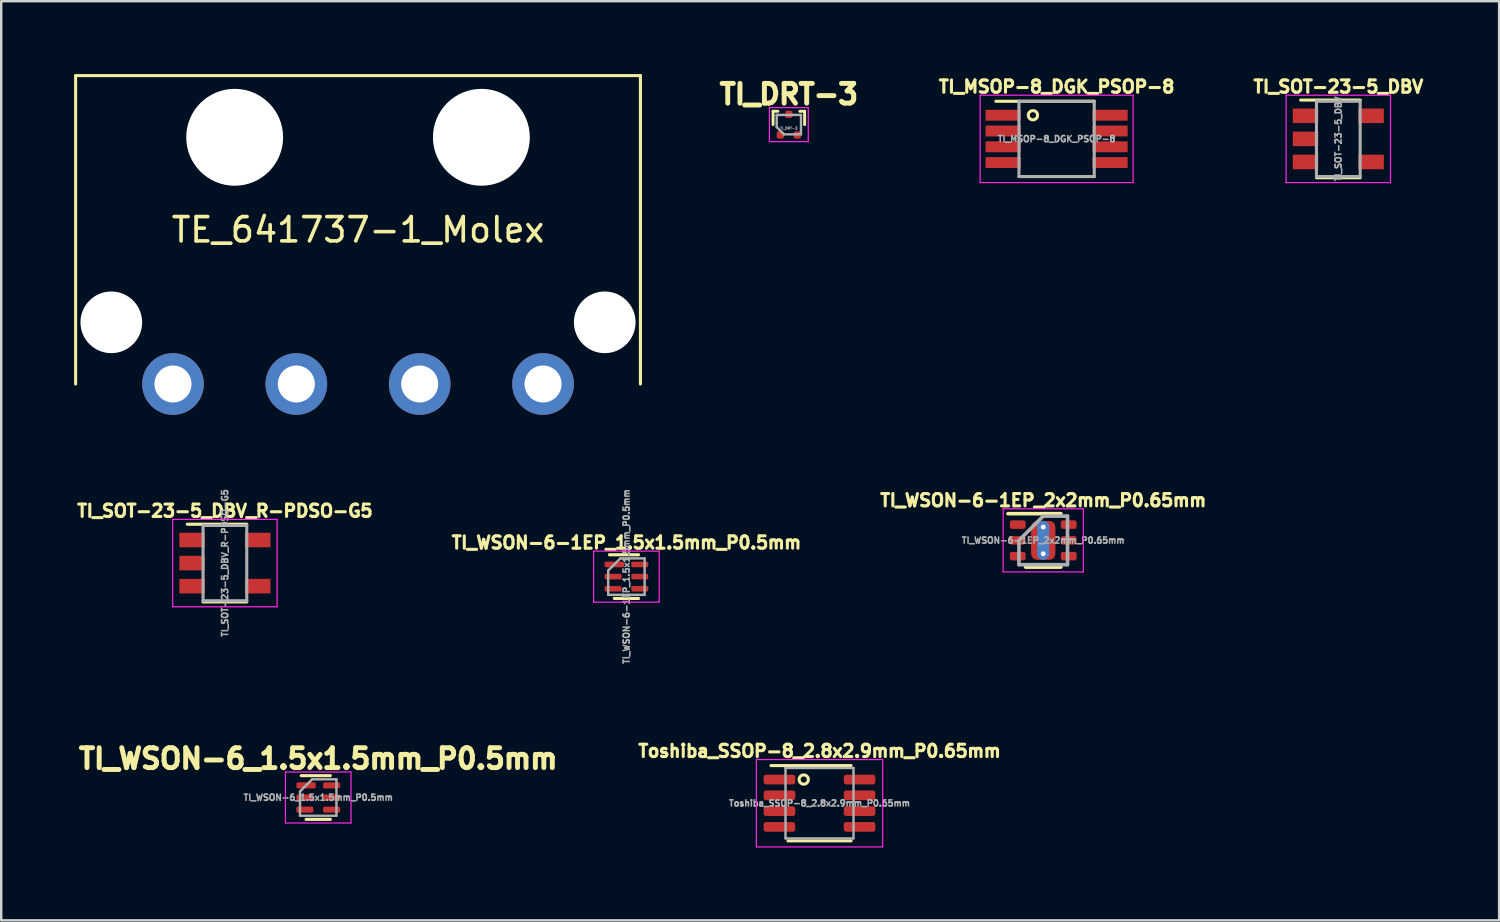
<source format=kicad_pcb>
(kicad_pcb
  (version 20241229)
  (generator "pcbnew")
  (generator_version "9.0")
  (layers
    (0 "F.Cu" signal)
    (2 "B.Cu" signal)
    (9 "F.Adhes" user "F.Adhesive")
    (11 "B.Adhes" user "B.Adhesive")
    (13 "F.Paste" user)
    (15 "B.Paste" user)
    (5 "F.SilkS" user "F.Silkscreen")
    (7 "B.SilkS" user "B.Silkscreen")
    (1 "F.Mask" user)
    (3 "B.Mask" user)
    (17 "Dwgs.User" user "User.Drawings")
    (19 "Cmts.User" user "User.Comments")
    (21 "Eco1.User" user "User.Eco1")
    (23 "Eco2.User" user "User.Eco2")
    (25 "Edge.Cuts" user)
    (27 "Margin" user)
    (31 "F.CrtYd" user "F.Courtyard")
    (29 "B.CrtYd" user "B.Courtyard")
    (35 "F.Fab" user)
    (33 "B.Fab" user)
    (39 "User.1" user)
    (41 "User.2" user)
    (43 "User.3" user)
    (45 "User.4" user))
  (footprint "TI_WSON-6_1.5x1.5mm_P0.5mm"
    (layer "F.Cu")
    (at 10.055 29.793)
    (property "Reference" "TI_WSON-6_1.5x1.5mm_P0.5mm" (at 0 0 180) (layer "F.Fab") (effects (font (size 0.254 0.254) (thickness 0.064))))
    (attr smd)
    (fp_line (start -0.7 -0.9) (end 0.5 -0.9) (stroke (width 0.127) (type solid)) (layer "F.SilkS"))
    (fp_line (start -0.5 0.9) (end 0.5 0.9) (stroke (width 0.127) (type solid)) (layer "F.SilkS"))
    (fp_line (start -1.35 -1.05) (end -1.35 1.05) (stroke (width 0.05) (type solid)) (layer "F.CrtYd"))
    (fp_line (start -1.35 -1.05) (end 1.35 -1.05) (stroke (width 0.05) (type solid)) (layer "F.CrtYd"))
    (fp_line (start -1.35 1.05) (end 1.35 1.05) (stroke (width 0.05) (type solid)) (layer "F.CrtYd"))
    (fp_line (start 1.35 -1.05) (end 1.35 1.05) (stroke (width 0.05) (type solid)) (layer "F.CrtYd"))
    (fp_line (start -0.75 -0.25) (end -0.25 -0.75) (stroke (width 0.1) (type solid)) (layer "F.Fab"))
    (fp_line (start -0.75 0.75) (end -0.75 -0.25) (stroke (width 0.1) (type solid)) (layer "F.Fab"))
    (fp_line (start -0.25 -0.75) (end 0.75 -0.75) (stroke (width 0.1) (type solid)) (layer "F.Fab"))
    (fp_line (start 0.75 -0.75) (end 0.75 0.75) (stroke (width 0.1) (type solid)) (layer "F.Fab"))
    (fp_line (start 0.75 0.75) (end -0.75 0.75) (stroke (width 0.1) (type solid)) (layer "F.Fab"))
    (fp_text user "${REFERENCE}" (at 0 -1.6 180) (layer "F.SilkS") (effects (font (size 0.818 0.813) (thickness 0.203))))
    (pad "1" smd roundrect (at -0.5 -0.5) (size 0.8 0.25) (layers "F.Cu" "F.Mask" "F.Paste") (roundrect_rratio 0.25))
    (pad "2" smd roundrect (at -0.55 0) (size 0.7 0.25) (layers "F.Cu" "F.Mask" "F.Paste") (roundrect_rratio 0.25))
    (pad "3" smd roundrect (at -0.55 0.5) (size 0.7 0.25) (layers "F.Cu" "F.Mask" "F.Paste") (roundrect_rratio 0.25))
    (pad "4" smd roundrect (at 0.55 0.5) (size 0.7 0.25) (layers "F.Cu" "F.Mask" "F.Paste") (roundrect_rratio 0.25))
    (pad "5" smd roundrect (at 0.55 0) (size 0.7 0.25) (layers "F.Cu" "F.Mask" "F.Paste") (roundrect_rratio 0.25))
    (pad "6" smd roundrect (at 0.55 -0.5) (size 0.7 0.25) (layers "F.Cu" "F.Mask" "F.Paste") (roundrect_rratio 0.25)))
  (footprint "TI_MSOP-8_DGK_PSOP-8"
    (layer "F.Cu")
    (at 40.463 2.67)
    (property "Reference" "TI_MSOP-8_DGK_PSOP-8" (at 0 -2.15 0) (layer "F.SilkS") (effects (font (size 0.508 0.508) (thickness 0.127))))
    (attr through_hole)
    (fp_line (start -2.5 -1.55) (end 1.55 -1.55) (stroke (width 0.127) (type solid)) (layer "F.SilkS"))
    (fp_line (start 1.55 1.55) (end -1.55 1.55) (stroke (width 0.127) (type solid)) (layer "F.SilkS"))
    (fp_circle (center -0.975 -0.975) (end -0.8 -0.9) (stroke (width 0.127) (type solid)) (fill no) (layer "F.SilkS"))
    (fp_line (start -3.15 -1.8) (end 3.15 -1.8) (stroke (width 0.05) (type solid)) (layer "F.CrtYd"))
    (fp_line (start -3.15 1.8) (end -3.15 -1.8) (stroke (width 0.05) (type solid)) (layer "F.CrtYd"))
    (fp_line (start -3.15 1.8) (end 3.15 1.8) (stroke (width 0.05) (type solid)) (layer "F.CrtYd"))
    (fp_line (start 3.15 1.8) (end 3.15 -1.8) (stroke (width 0.05) (type solid)) (layer "F.CrtYd"))
    (fp_line (start -1.55 -1.55) (end 1.55 -1.55) (stroke (width 0.127) (type solid)) (layer "F.Fab"))
    (fp_line (start -1.55 1.55) (end -1.55 -1.55) (stroke (width 0.127) (type solid)) (layer "F.Fab"))
    (fp_line (start 1.55 -1.55) (end 1.55 1.55) (stroke (width 0.127) (type solid)) (layer "F.Fab"))
    (fp_line (start 1.55 1.55) (end -1.55 1.55) (stroke (width 0.127) (type solid)) (layer "F.Fab"))
    (fp_text user "${REFERENCE}" (at 0 0 0) (layer "F.Fab") (effects (font (size 0.254 0.254) (thickness 0.064))))
    (pad "1" smd rect (at -2.2 -0.975) (size 1.45 0.45) (layers "F.Cu" "F.Mask" "F.Paste"))
    (pad "2" smd rect (at -2.2 -0.325) (size 1.45 0.45) (layers "F.Cu" "F.Mask" "F.Paste"))
    (pad "3" smd rect (at -2.2 0.325) (size 1.45 0.45) (layers "F.Cu" "F.Mask" "F.Paste"))
    (pad "4" smd rect (at -2.2 0.975) (size 1.45 0.45) (layers "F.Cu" "F.Mask" "F.Paste"))
    (pad "5" smd rect (at 2.2 0.975) (size 1.45 0.45) (layers "F.Cu" "F.Mask" "F.Paste"))
    (pad "6" smd rect (at 2.2 0.325) (size 1.45 0.45) (layers "F.Cu" "F.Mask" "F.Paste"))
    (pad "7" smd rect (at 2.2 -0.325) (size 1.45 0.45) (layers "F.Cu" "F.Mask" "F.Paste"))
    (pad "8" smd rect (at 2.2 -0.975) (size 1.45 0.45) (layers "F.Cu" "F.Mask" "F.Paste")))
  (footprint "TE_641737-1_Molex"
    (layer "F.Cu")
    (at 11.694 12.764)
    (property "Reference" "TE_641737-1_Molex" (at 0 -6.35 0) (layer "F.SilkS") (effects (font (size 1 1) (thickness 0.15))))
    (attr through_hole)
    (fp_line (start -11.63 -12.7) (end 11.63 -12.7) (stroke (width 0.127) (type solid)) (layer "F.SilkS"))
    (fp_line (start -11.63 0) (end -11.63 -12.7) (stroke (width 0.127) (type solid)) (layer "F.SilkS"))
    (fp_line (start 11.63 0) (end 11.63 -12.7) (stroke (width 0.127) (type solid)) (layer "F.SilkS"))
    (pad "" np_thru_hole circle (at -10.16 -2.54) (size 2.54 2.54) (drill 2.54) (layers "*.Cu" "*.Mask"))
    (pad "" np_thru_hole circle (at -5.08 -10.16) (size 3.99 3.99) (drill 3.99) (layers "*.Cu" "*.Mask"))
    (pad "" np_thru_hole circle (at 5.08 -10.16) (size 3.99 3.99) (drill 3.99) (layers "*.Cu" "*.Mask"))
    (pad "" np_thru_hole circle (at 10.16 -2.54) (size 2.54 2.54) (drill 2.54) (layers "*.Cu" "*.Mask"))
    (pad "1" thru_hole circle (at -7.62 0) (size 2.54 2.54) (drill 1.524) (layers "*.Cu" "*.Mask"))
    (pad "2" thru_hole circle (at -2.54 0) (size 2.54 2.54) (drill 1.524) (layers "*.Cu" "*.Mask"))
    (pad "3" thru_hole circle (at 2.54 0) (size 2.54 2.54) (drill 1.524) (layers "*.Cu" "*.Mask"))
    (pad "4" thru_hole circle (at 7.62 0) (size 2.54 2.54) (drill 1.524) (layers "*.Cu" "*.Mask")))
  (footprint "Toshiba_SSOP-8_2.8x2.9mm_P0.65mm"
    (layer "F.Cu")
    (at 30.699 30.028)
    (property "Reference" "Toshiba_SSOP-8_2.8x2.9mm_P0.65mm" (at 0 -2.15 0) (layer "F.SilkS") (effects (font (size 0.508 0.508) (thickness 0.127))))
    (attr through_hole)
    (fp_line (start -2 -1.55) (end 1.3 -1.55) (stroke (width 0.127) (type solid)) (layer "F.SilkS"))
    (fp_line (start 1.3 1.55) (end -1.3 1.55) (stroke (width 0.127) (type solid)) (layer "F.SilkS"))
    (fp_circle (center -0.65 -0.975) (end -0.46 -0.975) (stroke (width 0.127) (type solid)) (fill no) (layer "F.SilkS"))
    (fp_line (start -2.6 -1.8) (end 2.6 -1.8) (stroke (width 0.05) (type solid)) (layer "F.CrtYd"))
    (fp_line (start -2.6 1.8) (end -2.6 -1.8) (stroke (width 0.05) (type solid)) (layer "F.CrtYd"))
    (fp_line (start -2.6 1.8) (end 2.6 1.8) (stroke (width 0.05) (type solid)) (layer "F.CrtYd"))
    (fp_line (start 2.6 1.8) (end 2.6 -1.8) (stroke (width 0.05) (type solid)) (layer "F.CrtYd"))
    (fp_line (start -1.4 -1.45) (end 1.4 -1.45) (stroke (width 0.1) (type solid)) (layer "F.Fab"))
    (fp_line (start -1.4 1.45) (end -1.4 -1.45) (stroke (width 0.1) (type solid)) (layer "F.Fab"))
    (fp_line (start 1.4 -1.45) (end 1.4 1.45) (stroke (width 0.1) (type solid)) (layer "F.Fab"))
    (fp_line (start 1.4 1.45) (end -1.4 1.45) (stroke (width 0.1) (type solid)) (layer "F.Fab"))
    (fp_text user "${REFERENCE}" (at 0 0 0) (layer "F.Fab") (effects (font (size 0.254 0.254) (thickness 0.064))))
    (pad "1" smd roundrect (at -1.65 -0.975) (size 1.3 0.4) (layers "F.Cu" "F.Mask" "F.Paste") (roundrect_rratio 0.25))
    (pad "2" smd roundrect (at -1.65 -0.325) (size 1.3 0.4) (layers "F.Cu" "F.Mask" "F.Paste") (roundrect_rratio 0.25))
    (pad "3" smd roundrect (at -1.65 0.325) (size 1.3 0.4) (layers "F.Cu" "F.Mask" "F.Paste") (roundrect_rratio 0.25))
    (pad "4" smd roundrect (at -1.65 0.975) (size 1.3 0.4) (layers "F.Cu" "F.Mask" "F.Paste") (roundrect_rratio 0.25))
    (pad "5" smd roundrect (at 1.65 0.975) (size 1.3 0.4) (layers "F.Cu" "F.Mask" "F.Paste") (roundrect_rratio 0.25))
    (pad "6" smd roundrect (at 1.65 0.325) (size 1.3 0.4) (layers "F.Cu" "F.Mask" "F.Paste") (roundrect_rratio 0.25))
    (pad "7" smd roundrect (at 1.65 -0.325) (size 1.3 0.4) (layers "F.Cu" "F.Mask" "F.Paste") (roundrect_rratio 0.25))
    (pad "8" smd roundrect (at 1.65 -0.975) (size 1.3 0.4) (layers "F.Cu" "F.Mask" "F.Paste") (roundrect_rratio 0.25)))
  (footprint "TI_SOT-23-5_DBV"
    (layer "F.Cu")
    (at 52.064 2.67)
    (property "Reference" "TI_SOT-23-5_DBV" (at 0 -2.15 0) (layer "F.SilkS") (effects (font (size 0.508 0.508) (thickness 0.127))))
    (attr smd)
    (fp_line (start -0.9 1.6) (end 0.9 1.6) (stroke (width 0.127) (type solid)) (layer "F.SilkS"))
    (fp_line (start 0.9 -1.6) (end -1.55 -1.6) (stroke (width 0.127) (type solid)) (layer "F.SilkS"))
    (fp_line (start -2.15 -1.8) (end 2.15 -1.8) (stroke (width 0.05) (type solid)) (layer "F.CrtYd"))
    (fp_line (start -2.15 1.8) (end -2.15 -1.8) (stroke (width 0.05) (type solid)) (layer "F.CrtYd"))
    (fp_line (start 2.15 -1.8) (end 2.15 1.8) (stroke (width 0.05) (type solid)) (layer "F.CrtYd"))
    (fp_line (start 2.15 1.8) (end -2.15 1.8) (stroke (width 0.05) (type solid)) (layer "F.CrtYd"))
    (fp_line (start -0.9 -1.55) (end -0.9 1.55) (stroke (width 0.127) (type solid)) (layer "F.Fab"))
    (fp_line (start 0.9 -1.55) (end -0.9 -1.55) (stroke (width 0.127) (type solid)) (layer "F.Fab"))
    (fp_line (start 0.9 -1.55) (end 0.9 1.55) (stroke (width 0.127) (type solid)) (layer "F.Fab"))
    (fp_line (start 0.9 1.55) (end -0.9 1.55) (stroke (width 0.127) (type solid)) (layer "F.Fab"))
    (fp_text user "${REFERENCE}" (at 0 0 90) (layer "F.Fab") (effects (font (size 0.254 0.254) (thickness 0.064))))
    (pad "1" smd rect (at -1.35 -0.95) (size 1.05 0.6) (layers "F.Cu" "F.Mask" "F.Paste"))
    (pad "2" smd rect (at -1.35 0) (size 1.05 0.6) (layers "F.Cu" "F.Mask" "F.Paste"))
    (pad "3" smd rect (at -1.35 0.95) (size 1.05 0.6) (layers "F.Cu" "F.Mask" "F.Paste"))
    (pad "4" smd rect (at 1.35 0.95) (size 1.05 0.6) (layers "F.Cu" "F.Mask" "F.Paste"))
    (pad "5" smd rect (at 1.35 -0.95) (size 1.05 0.6) (layers "F.Cu" "F.Mask" "F.Paste")))
  (footprint "TI_WSON-6-1EP_2x2mm_P0.65mm"
    (layer "F.Cu")
    (at 39.912 19.204)
    (property "Reference" "TI_WSON-6-1EP_2x2mm_P0.65mm" (at 0 -1.65 0) (layer "F.SilkS") (effects (font (size 0.508 0.508) (thickness 0.127))))
    (attr smd)
    (fp_line (start -1.45 -1.1) (end 0.725 -1.1) (stroke (width 0.15) (type solid)) (layer "F.SilkS"))
    (fp_line (start -0.725 1.1) (end 0.725 1.1) (stroke (width 0.15) (type solid)) (layer "F.SilkS"))
    (fp_poly (pts (xy -0.35 -0.45) (xy -0.275 -0.45) (xy -0.125 -0.3) (xy -0.125 0.3) (xy -0.275 0.45) (xy -0.35 0.45)) (stroke (width 0.1) (type solid)) (fill yes) (layer "F.Paste"))
    (fp_poly (pts (xy 0.35 0.45) (xy 0.275 0.45) (xy 0.125 0.3) (xy 0.125 -0.3) (xy 0.275 -0.45) (xy 0.35 -0.45)) (stroke (width 0.1) (type solid)) (fill yes) (layer "F.Paste"))
    (fp_line (start -1.65 -1.3) (end -1.65 1.3) (stroke (width 0.05) (type solid)) (layer "F.CrtYd"))
    (fp_line (start -1.65 -1.3) (end 1.65 -1.3) (stroke (width 0.05) (type solid)) (layer "F.CrtYd"))
    (fp_line (start -1.65 1.3) (end 1.65 1.3) (stroke (width 0.05) (type solid)) (layer "F.CrtYd"))
    (fp_line (start 1.65 -1.3) (end 1.65 1.3) (stroke (width 0.05) (type solid)) (layer "F.CrtYd"))
    (fp_line (start -1 0) (end 0 -1) (stroke (width 0.15) (type solid)) (layer "F.Fab"))
    (fp_line (start -1 1) (end -1 0) (stroke (width 0.15) (type solid)) (layer "F.Fab"))
    (fp_line (start 0 -1) (end 1 -1) (stroke (width 0.15) (type solid)) (layer "F.Fab"))
    (fp_line (start 1 -1) (end 1 1) (stroke (width 0.15) (type solid)) (layer "F.Fab"))
    (fp_line (start 1 1) (end -1 1) (stroke (width 0.15) (type solid)) (layer "F.Fab"))
    (fp_text user "${REFERENCE}" (at 0 0 0) (layer "F.Fab") (effects (font (size 0.254 0.254) (thickness 0.064))))
    (pad "1" smd roundrect (at -1.05 -0.65) (size 0.65 0.35) (layers "F.Cu" "F.Mask" "F.Paste") (roundrect_rratio 0.25))
    (pad "2" smd roundrect (at -1.05 0) (size 0.65 0.35) (layers "F.Cu" "F.Mask" "F.Paste") (roundrect_rratio 0.25))
    (pad "3" smd roundrect (at -1.05 0.65) (size 0.65 0.35) (layers "F.Cu" "F.Mask" "F.Paste") (roundrect_rratio 0.25))
    (pad "4" smd roundrect (at 1.05 0.65) (size 0.65 0.35) (layers "F.Cu" "F.Mask" "F.Paste") (roundrect_rratio 0.25))
    (pad "5" smd roundrect (at 1.05 0) (size 0.65 0.35) (layers "F.Cu" "F.Mask" "F.Paste") (roundrect_rratio 0.25))
    (pad "6" smd roundrect (at 1.05 -0.65) (size 0.65 0.35) (layers "F.Cu" "F.Mask" "F.Paste") (roundrect_rratio 0.25))
    (pad "7" thru_hole circle (at 0 -0.55) (size 0.51 0.51) (drill 0.2) (layers "*.Cu" "*.Mask"))
    (pad "7" smd rect (at 0 0) (size 0.5 1.1) (layers "B.Cu" "B.Mask"))
    (pad "7" smd roundrect (at 0 0) (size 1 1.6) (layers "F.Cu" "F.Mask") (roundrect_rratio 0.25))
    (pad "7" thru_hole circle (at 0 0.55) (size 0.51 0.51) (drill 0.2) (layers "*.Cu" "*.Mask")))
  (footprint "TI_SOT-23-5_DBV_R-PDSO-G5"
    (layer "F.Cu")
    (at 6.212 20.139)
    (property "Reference" "TI_SOT-23-5_DBV_R-PDSO-G5" (at 0 -2.15 0) (layer "F.SilkS") (effects (font (size 0.508 0.508) (thickness 0.127))))
    (attr smd)
    (fp_line (start -0.9 1.6) (end 0.9 1.6) (stroke (width 0.127) (type solid)) (layer "F.SilkS"))
    (fp_line (start 0.9 -1.6) (end -1.55 -1.6) (stroke (width 0.127) (type solid)) (layer "F.SilkS"))
    (fp_line (start -2.15 -1.8) (end 2.15 -1.8) (stroke (width 0.05) (type solid)) (layer "F.CrtYd"))
    (fp_line (start -2.15 1.8) (end -2.15 -1.8) (stroke (width 0.05) (type solid)) (layer "F.CrtYd"))
    (fp_line (start 2.15 -1.8) (end 2.15 1.8) (stroke (width 0.05) (type solid)) (layer "F.CrtYd"))
    (fp_line (start 2.15 1.8) (end -2.15 1.8) (stroke (width 0.05) (type solid)) (layer "F.CrtYd"))
    (fp_line (start -0.9 -1.55) (end -0.9 1.55) (stroke (width 0.127) (type solid)) (layer "F.Fab"))
    (fp_line (start 0.9 -1.55) (end -0.9 -1.55) (stroke (width 0.127) (type solid)) (layer "F.Fab"))
    (fp_line (start 0.9 -1.55) (end 0.9 1.55) (stroke (width 0.127) (type solid)) (layer "F.Fab"))
    (fp_line (start 0.9 1.55) (end -0.9 1.55) (stroke (width 0.127) (type solid)) (layer "F.Fab"))
    (fp_text user "${REFERENCE}" (at 0 0 90) (layer "F.Fab") (effects (font (size 0.254 0.254) (thickness 0.064))))
    (pad "1" smd rect (at -1.35 -0.95) (size 1.05 0.6) (layers "F.Cu" "F.Mask" "F.Paste"))
    (pad "2" smd rect (at -1.35 0) (size 1.05 0.6) (layers "F.Cu" "F.Mask" "F.Paste"))
    (pad "3" smd rect (at -1.35 0.95) (size 1.05 0.6) (layers "F.Cu" "F.Mask" "F.Paste"))
    (pad "4" smd rect (at 1.35 0.95) (size 1.05 0.6) (layers "F.Cu" "F.Mask" "F.Paste"))
    (pad "5" smd rect (at 1.35 -0.95) (size 1.05 0.6) (layers "F.Cu" "F.Mask" "F.Paste")))
  (footprint "TI_WSON-6-1EP_1.5x1.5mm_P0.5mm"
    (layer "F.Cu")
    (at 22.747 20.696)
    (property "Reference" "TI_WSON-6-1EP_1.5x1.5mm_P0.5mm" (at 0 -1.4 0) (layer "F.SilkS") (effects (font (size 0.508 0.508) (thickness 0.127))))
    (attr smd)
    (fp_line (start -0.7 -0.9) (end 0.5 -0.9) (stroke (width 0.127) (type solid)) (layer "F.SilkS"))
    (fp_line (start -0.5 0.9) (end 0.5 0.9) (stroke (width 0.127) (type solid)) (layer "F.SilkS"))
    (fp_line (start -1.35 -1.05) (end -1.35 1.05) (stroke (width 0.05) (type solid)) (layer "F.CrtYd"))
    (fp_line (start -1.35 -1.05) (end 1.35 -1.05) (stroke (width 0.05) (type solid)) (layer "F.CrtYd"))
    (fp_line (start -1.35 1.05) (end 1.35 1.05) (stroke (width 0.05) (type solid)) (layer "F.CrtYd"))
    (fp_line (start 1.35 -1.05) (end 1.35 1.05) (stroke (width 0.05) (type solid)) (layer "F.CrtYd"))
    (fp_line (start -0.75 -0.25) (end -0.25 -0.75) (stroke (width 0.1) (type solid)) (layer "F.Fab"))
    (fp_line (start -0.75 0.75) (end -0.75 -0.25) (stroke (width 0.1) (type solid)) (layer "F.Fab"))
    (fp_line (start -0.25 -0.75) (end 0.75 -0.75) (stroke (width 0.1) (type solid)) (layer "F.Fab"))
    (fp_line (start 0.75 -0.75) (end 0.75 0.75) (stroke (width 0.1) (type solid)) (layer "F.Fab"))
    (fp_line (start 0.75 0.75) (end -0.75 0.75) (stroke (width 0.1) (type solid)) (layer "F.Fab"))
    (fp_text user "${REFERENCE}" (at 0 0 90) (layer "F.Fab") (effects (font (size 0.254 0.254) (thickness 0.064))))
    (pad "1" smd roundrect (at -0.5 -0.5) (size 0.8 0.23) (layers "F.Cu" "F.Mask" "F.Paste") (roundrect_rratio 0.25))
    (pad "2" smd roundrect (at -0.55 0) (size 0.7 0.23) (layers "F.Cu" "F.Mask" "F.Paste") (roundrect_rratio 0.25))
    (pad "3" smd roundrect (at -0.55 0.5) (size 0.7 0.23) (layers "F.Cu" "F.Mask" "F.Paste") (roundrect_rratio 0.25))
    (pad "4" smd roundrect (at 0.55 0.5) (size 0.7 0.23) (layers "F.Cu" "F.Mask" "F.Paste") (roundrect_rratio 0.25))
    (pad "5" smd roundrect (at 0.55 0) (size 0.7 0.23) (layers "F.Cu" "F.Mask" "F.Paste") (roundrect_rratio 0.25))
    (pad "6" smd roundrect (at 0.55 -0.5) (size 0.7 0.23) (layers "F.Cu" "F.Mask" "F.Paste") (roundrect_rratio 0.25)))
  (footprint "TI_DRT-3"
    (layer "F.Cu")
    (at 29.436 2.082)
    (property "Reference" "TI_DRT-3" (at 0 0.15 0) (layer "F.Fab") (effects (font (size 0.102 0.102) (thickness 0.025) (bold yes))))
    (attr smd)
    (fp_line (start -0.65 -0.55) (end -0.45 -0.55) (stroke (width 0.12) (type solid)) (layer "F.SilkS"))
    (fp_line (start -0.65 0) (end -0.65 -0.55) (stroke (width 0.12) (type solid)) (layer "F.SilkS"))
    (fp_line (start 0.65 -0.55) (end 0.45 -0.55) (stroke (width 0.12) (type solid)) (layer "F.SilkS"))
    (fp_line (start 0.65 0) (end 0.65 -0.55) (stroke (width 0.12) (type solid)) (layer "F.SilkS"))
    (fp_line (start -0.8 -0.7) (end 0.8 -0.7) (stroke (width 0.05) (type solid)) (layer "F.CrtYd"))
    (fp_line (start -0.8 0.7) (end -0.8 -0.7) (stroke (width 0.05) (type solid)) (layer "F.CrtYd"))
    (fp_line (start 0.8 -0.7) (end 0.8 0.7) (stroke (width 0.05) (type solid)) (layer "F.CrtYd"))
    (fp_line (start 0.8 0.7) (end -0.8 0.7) (stroke (width 0.05) (type solid)) (layer "F.CrtYd"))
    (fp_line (start -0.5 -0.4) (end 0.5 -0.4) (stroke (width 0.1) (type solid)) (layer "F.Fab"))
    (fp_line (start -0.5 0.1) (end -0.5 -0.4) (stroke (width 0.1) (type solid)) (layer "F.Fab"))
    (fp_line (start -0.5 0.1) (end -0.2 0.4) (stroke (width 0.1) (type solid)) (layer "F.Fab"))
    (fp_line (start 0.5 -0.4) (end 0.5 0.4) (stroke (width 0.1) (type solid)) (layer "F.Fab"))
    (fp_line (start 0.5 0.4) (end -0.2 0.4) (stroke (width 0.1) (type solid)) (layer "F.Fab"))
    (fp_text user "${REFERENCE}" (at 0 -1.25 0) (layer "F.SilkS") (effects (font (size 0.813 0.813) (thickness 0.203) (bold yes))))
    (pad "1" smd roundrect (at -0.35 0.425) (size 0.3 0.3) (layers "F.Cu" "F.Mask" "F.Paste") (roundrect_rratio 0.25))
    (pad "2" smd roundrect (at 0.35 0.425) (size 0.3 0.3) (layers "F.Cu" "F.Mask" "F.Paste") (roundrect_rratio 0.25))
    (pad "3" smd roundrect (at 0 -0.425) (size 0.3 0.3) (layers "F.Cu" "F.Mask" "F.Paste") (roundrect_rratio 0.25)))
  (gr_rect
    (start -3 -3)
    (end 58.687 34.853)
    (stroke (width 0.1) (type default))
    (fill no)
    (layer "Edge.Cuts")))
</source>
